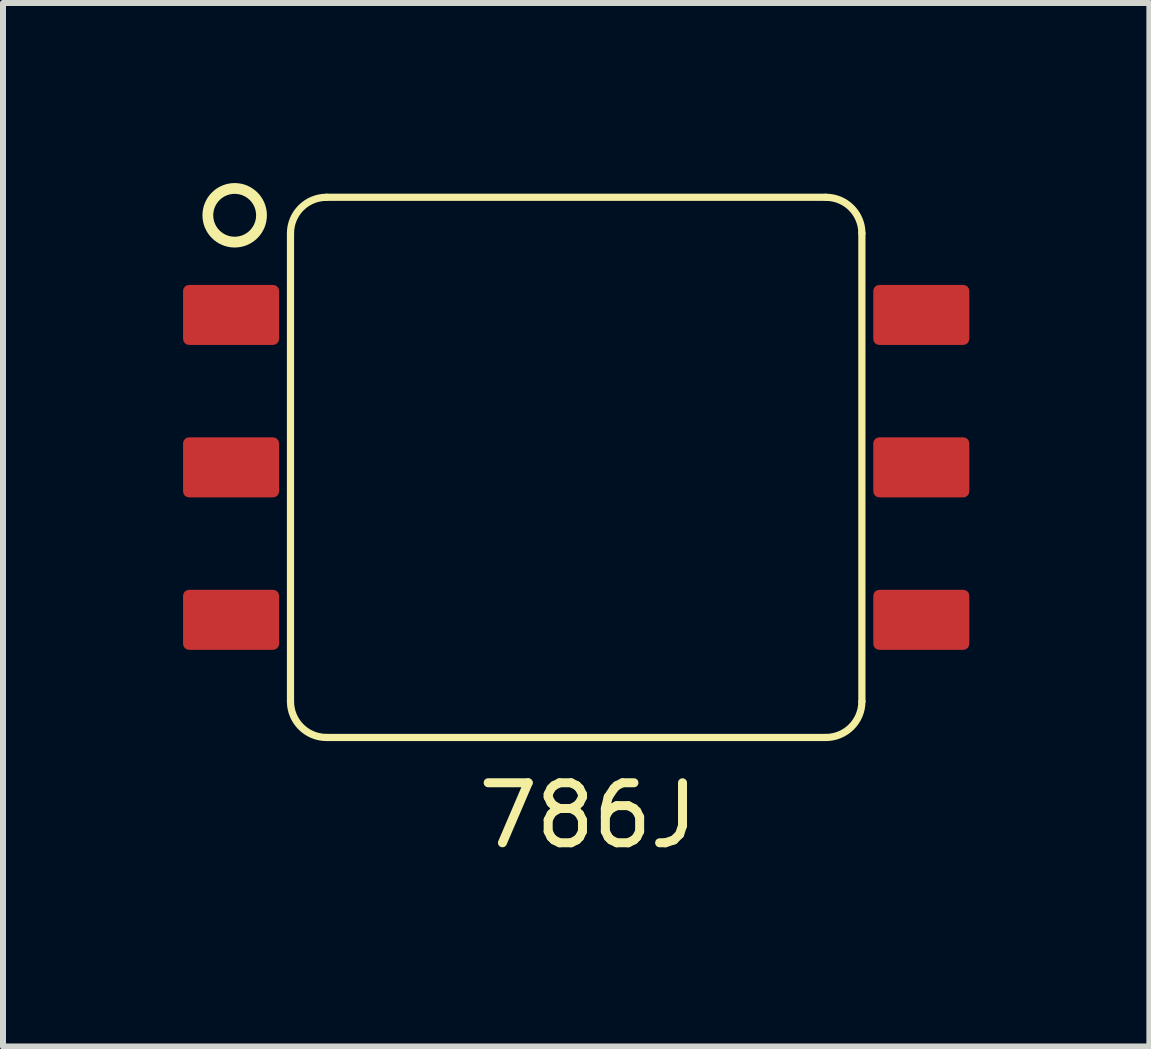
<source format=kicad_pcb>
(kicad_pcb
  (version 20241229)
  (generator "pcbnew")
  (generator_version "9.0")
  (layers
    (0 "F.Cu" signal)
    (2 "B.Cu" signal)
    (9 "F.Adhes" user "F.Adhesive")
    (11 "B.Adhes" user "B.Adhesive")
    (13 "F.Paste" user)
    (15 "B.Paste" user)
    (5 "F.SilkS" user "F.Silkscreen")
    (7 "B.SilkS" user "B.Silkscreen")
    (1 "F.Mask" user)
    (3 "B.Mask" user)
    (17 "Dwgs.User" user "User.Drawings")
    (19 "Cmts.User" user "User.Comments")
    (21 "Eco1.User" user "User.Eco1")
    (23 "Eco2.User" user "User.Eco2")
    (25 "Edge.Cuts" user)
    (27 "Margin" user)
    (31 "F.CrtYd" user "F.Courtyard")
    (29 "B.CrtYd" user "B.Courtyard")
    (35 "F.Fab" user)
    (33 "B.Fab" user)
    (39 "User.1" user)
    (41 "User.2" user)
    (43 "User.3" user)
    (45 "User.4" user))
  (footprint "786J"
    (layer "F.Cu")
    (at 6.55 4.737)
    (property "Reference" "786J" (at 0.2 5.8 0) (unlocked yes) (layer "F.SilkS") (effects (font (size 1 1) (thickness 0.15))))
    (attr through_hole)
    (fp_line (start -4.76 -3.9) (end -4.76 3.9) (stroke (width 0.12) (type solid)) (layer "F.SilkS"))
    (fp_line (start -4.16 -4.5) (end 4.16 -4.5) (stroke (width 0.12) (type solid)) (layer "F.SilkS"))
    (fp_line (start -4.16 4.5) (end 4.16 4.5) (stroke (width 0.12) (type solid)) (layer "F.SilkS"))
    (fp_line (start 4.76 -3.9) (end 4.76 3.9) (stroke (width 0.12) (type solid)) (layer "F.SilkS"))
    (fp_arc (start -4.76 -3.9) (mid -4.584264 -4.324264) (end -4.16 -4.5) (stroke (width 0.12) (type solid)) (layer "F.SilkS"))
    (fp_arc (start -4.16 4.5) (mid -4.584264 4.324264) (end -4.76 3.9) (stroke (width 0.12) (type solid)) (layer "F.SilkS"))
    (fp_arc (start 4.16 -4.5) (mid 4.584264 -4.324264) (end 4.76 -3.9) (stroke (width 0.12) (type solid)) (layer "F.SilkS"))
    (fp_arc (start 4.76 3.9) (mid 4.584264 4.324264) (end 4.16 4.5) (stroke (width 0.12) (type solid)) (layer "F.SilkS"))
    (fp_circle (center -5.69 -4.2) (end -5.243 -4.2) (stroke (width 0.18) (type solid)) (fill no) (layer "F.SilkS"))
    (pad "1" smd roundrect (at -5.75 -2.54) (size 1.6 1) (layers "F.Cu" "F.Mask" "F.Paste") (roundrect_rratio 0.1))
    (pad "2" smd roundrect (at -5.75 0) (size 1.6 1) (layers "F.Cu" "F.Mask" "F.Paste") (roundrect_rratio 0.1))
    (pad "3" smd roundrect (at -5.75 2.54) (size 1.6 1) (layers "F.Cu" "F.Mask" "F.Paste") (roundrect_rratio 0.1))
    (pad "4" smd roundrect (at 5.75 2.54) (size 1.6 1) (layers "F.Cu" "F.Mask" "F.Paste") (roundrect_rratio 0.1))
    (pad "5" smd roundrect (at 5.75 0) (size 1.6 1) (layers "F.Cu" "F.Mask" "F.Paste") (roundrect_rratio 0.1))
    (pad "6" smd roundrect (at 5.75 -2.54) (size 1.6 1) (layers "F.Cu" "F.Mask" "F.Paste") (roundrect_rratio 0.1)))
  (gr_rect
    (start -3 -3)
    (end 16.1 14.385)
    (stroke (width 0.1) (type default))
    (fill no)
    (layer "Edge.Cuts")))
</source>
